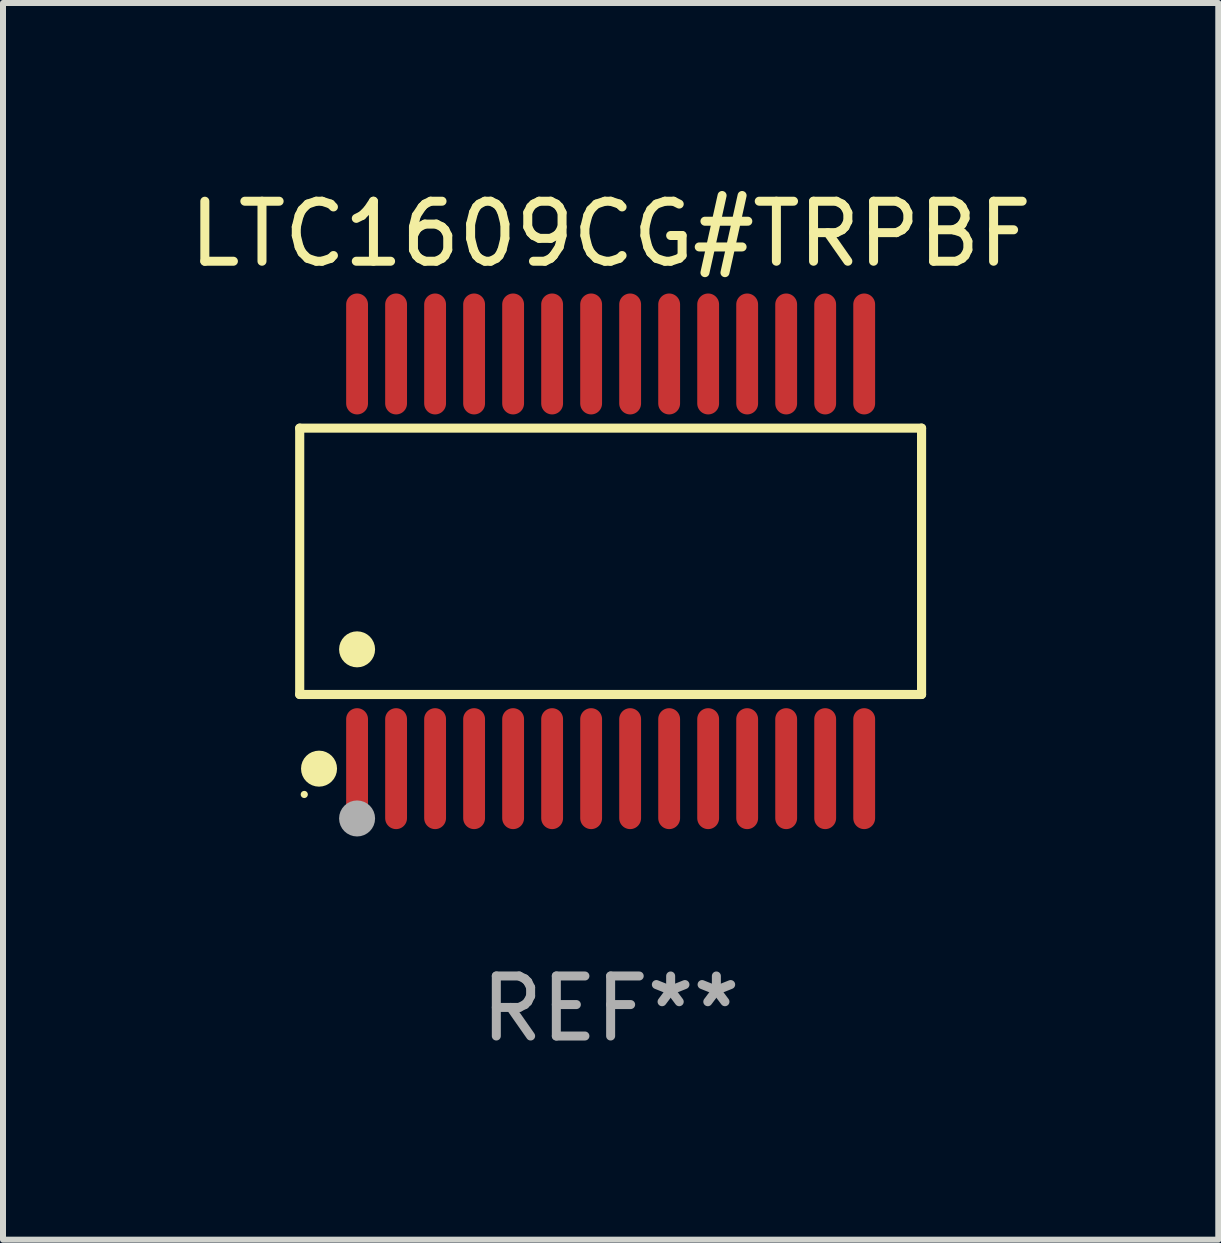
<source format=kicad_pcb>
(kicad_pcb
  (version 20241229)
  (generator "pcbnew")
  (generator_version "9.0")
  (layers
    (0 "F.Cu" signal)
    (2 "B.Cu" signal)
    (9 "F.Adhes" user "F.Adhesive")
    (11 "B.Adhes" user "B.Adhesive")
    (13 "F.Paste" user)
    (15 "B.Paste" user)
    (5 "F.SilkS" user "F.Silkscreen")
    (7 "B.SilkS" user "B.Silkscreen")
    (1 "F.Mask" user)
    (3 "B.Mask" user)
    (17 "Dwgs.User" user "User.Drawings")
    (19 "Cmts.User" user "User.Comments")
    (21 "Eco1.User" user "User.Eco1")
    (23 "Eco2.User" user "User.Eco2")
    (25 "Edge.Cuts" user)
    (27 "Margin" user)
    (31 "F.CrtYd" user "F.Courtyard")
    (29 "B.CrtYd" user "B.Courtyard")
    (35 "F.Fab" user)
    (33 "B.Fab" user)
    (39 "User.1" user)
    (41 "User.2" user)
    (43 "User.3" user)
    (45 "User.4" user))
  (footprint "LTC1609CG#TRPBF"
    (layer "F.Cu")
    (at 7.125 6.303)
    (property "Reference" "LTC1609CG#TRPBF" (at 0 -5.455 0) (layer "F.SilkS") (effects (font (size 1 1) (thickness 0.15))))
    (attr through_hole)
    (fp_line (start -5.181 -2.219) (end 5.181 -2.219) (stroke (width 0.152) (type solid)) (layer "F.SilkS"))
    (fp_line (start -5.181 2.219) (end -5.181 -2.219) (stroke (width 0.152) (type solid)) (layer "F.SilkS"))
    (fp_line (start 5.181 -2.219) (end 5.181 2.219) (stroke (width 0.152) (type solid)) (layer "F.SilkS"))
    (fp_line (start 5.181 2.219) (end -5.181 2.219) (stroke (width 0.152) (type solid)) (layer "F.SilkS"))
    (fp_circle (center -5.105 3.885) (end -5.075 3.885) (stroke (width 0.06) (type solid)) (fill no) (layer "F.SilkS"))
    (fp_circle (center -4.859 3.455) (end -4.709 3.455) (stroke (width 0.3) (type solid)) (fill no) (layer "F.SilkS"))
    (fp_circle (center -4.225 1.467) (end -4.075 1.467) (stroke (width 0.3) (type solid)) (fill no) (layer "F.SilkS"))
    (fp_circle (center -4.225 4.285) (end -4.075 4.285) (stroke (width 0.3) (type solid)) (fill no) (layer "F.Fab"))
    (fp_text user "REF**" (at 0 7.455 0) (layer "F.Fab") (effects (font (size 1 1) (thickness 0.15))))
    (pad "1" smd oval (at -4.225 3.455) (size 0.364 2.015) (layers "F.Cu" "F.Mask" "F.Paste"))
    (pad "2" smd oval (at -3.575 3.455) (size 0.364 2.015) (layers "F.Cu" "F.Mask" "F.Paste"))
    (pad "3" smd oval (at -2.925 3.455) (size 0.364 2.015) (layers "F.Cu" "F.Mask" "F.Paste"))
    (pad "4" smd oval (at -2.275 3.455) (size 0.364 2.015) (layers "F.Cu" "F.Mask" "F.Paste"))
    (pad "5" smd oval (at -1.625 3.455) (size 0.364 2.015) (layers "F.Cu" "F.Mask" "F.Paste"))
    (pad "6" smd oval (at -0.975 3.455) (size 0.364 2.015) (layers "F.Cu" "F.Mask" "F.Paste"))
    (pad "7" smd oval (at -0.325 3.455) (size 0.364 2.015) (layers "F.Cu" "F.Mask" "F.Paste"))
    (pad "8" smd oval (at 0.325 3.455) (size 0.364 2.015) (layers "F.Cu" "F.Mask" "F.Paste"))
    (pad "9" smd oval (at 0.975 3.455) (size 0.364 2.015) (layers "F.Cu" "F.Mask" "F.Paste"))
    (pad "10" smd oval (at 1.625 3.455) (size 0.364 2.015) (layers "F.Cu" "F.Mask" "F.Paste"))
    (pad "11" smd oval (at 2.275 3.455) (size 0.364 2.015) (layers "F.Cu" "F.Mask" "F.Paste"))
    (pad "12" smd oval (at 2.925 3.455) (size 0.364 2.015) (layers "F.Cu" "F.Mask" "F.Paste"))
    (pad "13" smd oval (at 3.575 3.455) (size 0.364 2.015) (layers "F.Cu" "F.Mask" "F.Paste"))
    (pad "14" smd oval (at 4.225 3.455) (size 0.364 2.015) (layers "F.Cu" "F.Mask" "F.Paste"))
    (pad "15" smd oval (at 4.225 -3.455) (size 0.364 2.015) (layers "F.Cu" "F.Mask" "F.Paste"))
    (pad "16" smd oval (at 3.575 -3.455) (size 0.364 2.015) (layers "F.Cu" "F.Mask" "F.Paste"))
    (pad "17" smd oval (at 2.925 -3.455) (size 0.364 2.015) (layers "F.Cu" "F.Mask" "F.Paste"))
    (pad "18" smd oval (at 2.275 -3.455) (size 0.364 2.015) (layers "F.Cu" "F.Mask" "F.Paste"))
    (pad "19" smd oval (at 1.625 -3.455) (size 0.364 2.015) (layers "F.Cu" "F.Mask" "F.Paste"))
    (pad "20" smd oval (at 0.975 -3.455) (size 0.364 2.015) (layers "F.Cu" "F.Mask" "F.Paste"))
    (pad "21" smd oval (at 0.325 -3.455) (size 0.364 2.015) (layers "F.Cu" "F.Mask" "F.Paste"))
    (pad "22" smd oval (at -0.325 -3.455) (size 0.364 2.015) (layers "F.Cu" "F.Mask" "F.Paste"))
    (pad "23" smd oval (at -0.975 -3.455) (size 0.364 2.015) (layers "F.Cu" "F.Mask" "F.Paste"))
    (pad "24" smd oval (at -1.625 -3.455) (size 0.364 2.015) (layers "F.Cu" "F.Mask" "F.Paste"))
    (pad "25" smd oval (at -2.275 -3.455) (size 0.364 2.015) (layers "F.Cu" "F.Mask" "F.Paste"))
    (pad "26" smd oval (at -2.925 -3.455) (size 0.364 2.015) (layers "F.Cu" "F.Mask" "F.Paste"))
    (pad "27" smd oval (at -3.575 -3.455) (size 0.364 2.015) (layers "F.Cu" "F.Mask" "F.Paste"))
    (pad "28" smd oval (at -4.225 -3.455) (size 0.364 2.015) (layers "F.Cu" "F.Mask" "F.Paste")))
  (gr_rect
    (start -3 -3)
    (end 17.25 17.607)
    (stroke (width 0.1) (type default))
    (fill no)
    (layer "Edge.Cuts")))
</source>
